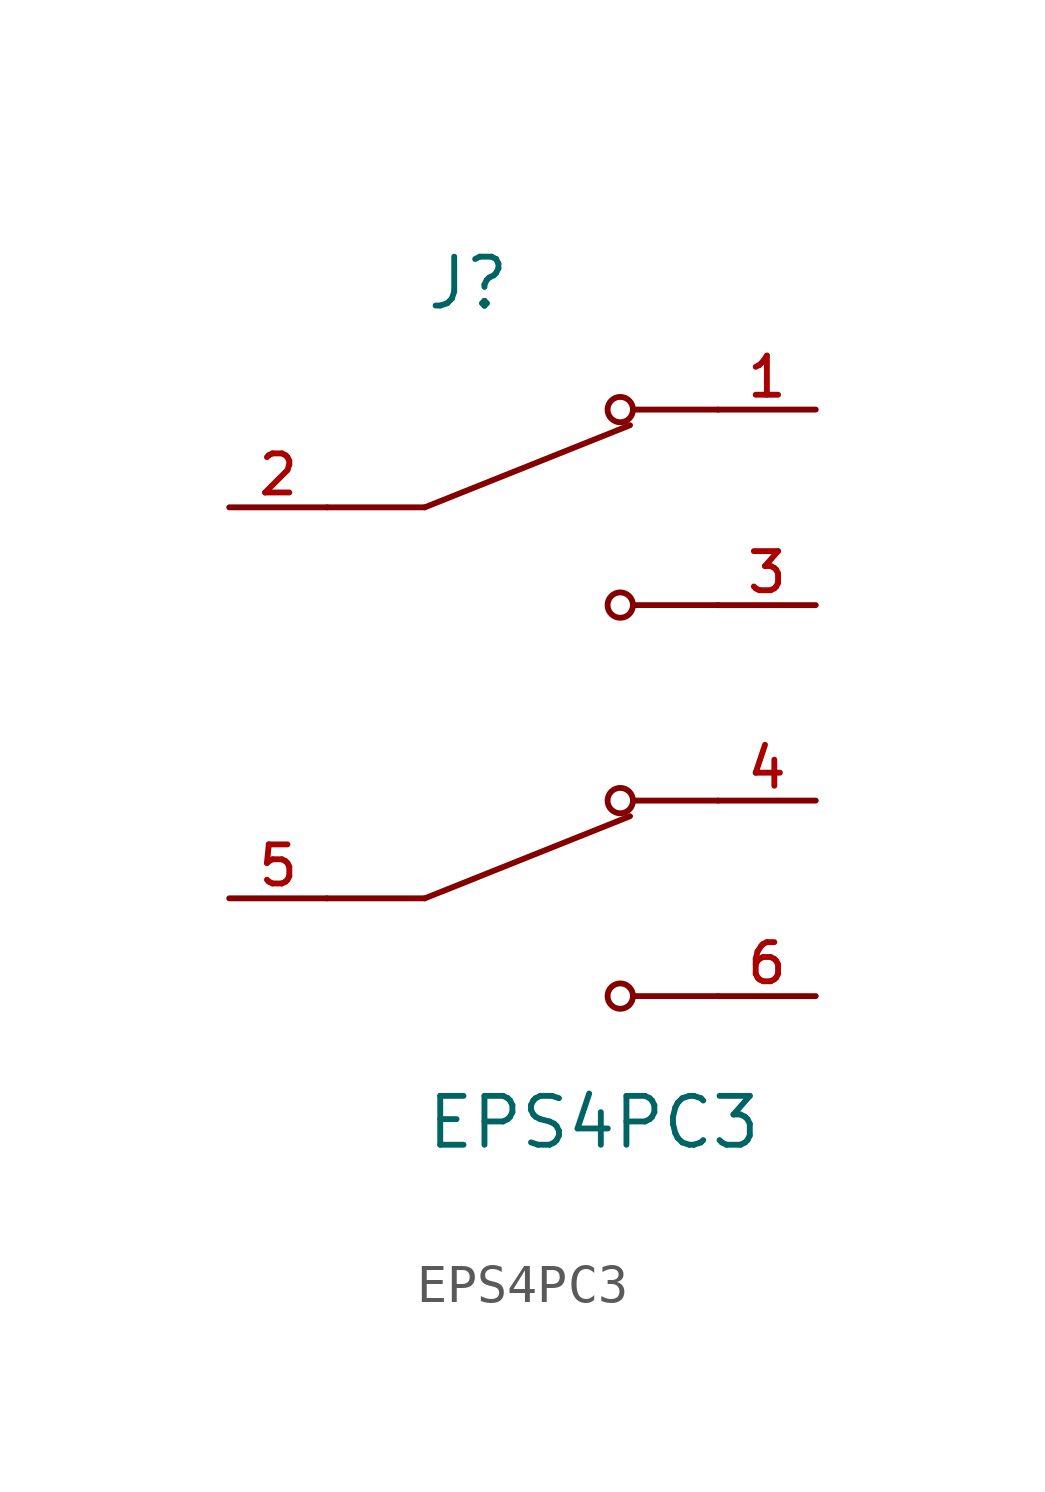
<source format=kicad_sym>
(kicad_symbol_lib
  (version 20211014)
  (generator kicad_symbol_editor)
  (symbol "EPS4PC3"
    (pin_names
      (offset 1.016))
    (property "Reference" "J"
      (at -2.54 10.16 0)
      (effects (font (size 1.27 1.27)) (justify bottom left)))
    (property "Value" "EPS4PC3"
      (at -2.54 -10.16 0)
      (effects (font (size 1.27 1.27)) (justify top left)))
    (symbol "EPS4PC3_0_0"
      (polyline (pts (xy -2.54 5.08) (xy 2.794 7.214)) (stroke (width 0.152)))
      (circle (center 2.54 7.62) (radius 0.33) (stroke (width 0.152)) (fill (type none)))
      (circle (center 2.54 2.54) (radius 0.33) (stroke (width 0.152)) (fill (type none)))
      (polyline (pts (xy 5.08 2.54) (xy 2.921 2.54)) (stroke (width 0.152)))
      (polyline (pts (xy 5.08 7.62) (xy 2.921 7.62)) (stroke (width 0.152)))
      (polyline (pts (xy -2.54 5.08) (xy -5.08 5.08)) (stroke (width 0.152)))
      (polyline (pts (xy -2.54 -5.08) (xy 2.794 -2.946)) (stroke (width 0.152)))
      (circle (center 2.54 -2.54) (radius 0.33) (stroke (width 0.152)) (fill (type none)))
      (circle (center 2.54 -7.62) (radius 0.33) (stroke (width 0.152)) (fill (type none)))
      (polyline (pts (xy 5.08 -7.62) (xy 2.921 -7.62)) (stroke (width 0.152)))
      (polyline (pts (xy 5.08 -2.54) (xy 2.921 -2.54)) (stroke (width 0.152)))
      (polyline (pts (xy -2.54 -5.08) (xy -5.08 -5.08)) (stroke (width 0.152)))
      (pin passive line (at 7.62 7.62 180.0) (length 2.54) (name "~" (effects (font (size 1.016 1.016)))) (number "1" (effects (font (size 1.016 1.016)))))
      (pin passive line (at -7.62 5.08 0) (length 2.54) (name "~" (effects (font (size 1.016 1.016)))) (number "2" (effects (font (size 1.016 1.016)))))
      (pin passive line (at 7.62 2.54 180.0) (length 2.54) (name "~" (effects (font (size 1.016 1.016)))) (number "3" (effects (font (size 1.016 1.016)))))
      (pin passive line (at 7.62 -2.54 180.0) (length 2.54) (name "~" (effects (font (size 1.016 1.016)))) (number "4" (effects (font (size 1.016 1.016)))))
      (pin passive line (at -7.62 -5.08 0) (length 2.54) (name "~" (effects (font (size 1.016 1.016)))) (number "5" (effects (font (size 1.016 1.016)))))
      (pin passive line (at 7.62 -7.62 180.0) (length 2.54) (name "~" (effects (font (size 1.016 1.016)))) (number "6" (effects (font (size 1.016 1.016))))))))
</source>
